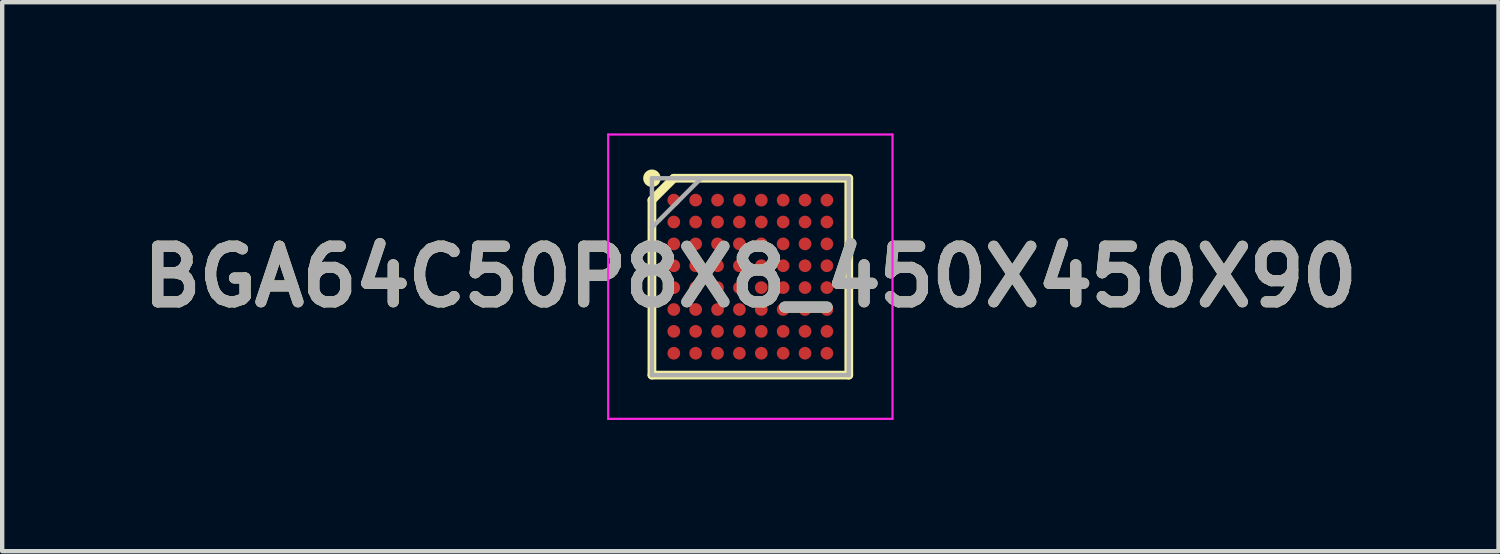
<source format=kicad_pcb>
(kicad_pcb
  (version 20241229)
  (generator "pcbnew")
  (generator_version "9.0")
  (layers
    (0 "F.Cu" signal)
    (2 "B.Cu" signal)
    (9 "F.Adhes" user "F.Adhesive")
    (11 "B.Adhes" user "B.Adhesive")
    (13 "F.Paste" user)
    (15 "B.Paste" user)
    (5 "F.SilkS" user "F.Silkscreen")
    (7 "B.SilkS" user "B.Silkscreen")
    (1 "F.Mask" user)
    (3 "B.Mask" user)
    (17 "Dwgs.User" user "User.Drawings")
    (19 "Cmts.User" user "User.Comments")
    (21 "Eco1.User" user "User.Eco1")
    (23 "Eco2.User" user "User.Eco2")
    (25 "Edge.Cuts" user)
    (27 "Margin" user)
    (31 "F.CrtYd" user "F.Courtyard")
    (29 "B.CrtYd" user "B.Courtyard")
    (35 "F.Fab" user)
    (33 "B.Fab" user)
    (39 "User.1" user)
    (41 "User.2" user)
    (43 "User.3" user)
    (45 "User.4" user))
  (footprint "BGA64C50P8X8_450X450X90"
    (layer "F.Cu")
    (at 14.103 3.275)
    (property "Reference" "BGA64C50P8X8_450X450X90" (at 0 0 0) (layer "F.SilkS") (effects (font (size 1.27 1.27) (thickness 0.254))))
    (attr smd)
    (fp_line (start -2.25 -1.75) (end -1.75 -2.25) (stroke (width 0.2) (type solid)) (layer "F.SilkS"))
    (fp_line (start -2.25 2.25) (end -2.25 -1.75) (stroke (width 0.2) (type solid)) (layer "F.SilkS"))
    (fp_line (start -1.75 -2.25) (end 2.25 -2.25) (stroke (width 0.2) (type solid)) (layer "F.SilkS"))
    (fp_line (start 2.25 -2.25) (end 2.25 2.25) (stroke (width 0.2) (type solid)) (layer "F.SilkS"))
    (fp_line (start 2.25 2.25) (end -2.25 2.25) (stroke (width 0.2) (type solid)) (layer "F.SilkS"))
    (fp_circle (center -2.25 -2.25) (end -2.25 -2.15) (stroke (width 0.2) (type solid)) (fill no) (layer "F.SilkS"))
    (fp_line (start -3.25 -3.25) (end 3.25 -3.25) (stroke (width 0.05) (type solid)) (layer "F.CrtYd"))
    (fp_line (start -3.25 3.25) (end -3.25 -3.25) (stroke (width 0.05) (type solid)) (layer "F.CrtYd"))
    (fp_line (start 3.25 -3.25) (end 3.25 3.25) (stroke (width 0.05) (type solid)) (layer "F.CrtYd"))
    (fp_line (start 3.25 3.25) (end -3.25 3.25) (stroke (width 0.05) (type solid)) (layer "F.CrtYd"))
    (fp_line (start -2.25 -2.25) (end 2.25 -2.25) (stroke (width 0.1) (type solid)) (layer "F.Fab"))
    (fp_line (start -2.25 -1.125) (end -1.125 -2.25) (stroke (width 0.1) (type solid)) (layer "F.Fab"))
    (fp_line (start -2.25 2.25) (end -2.25 -2.25) (stroke (width 0.1) (type solid)) (layer "F.Fab"))
    (fp_line (start 2.25 -2.25) (end 2.25 2.25) (stroke (width 0.1) (type solid)) (layer "F.Fab"))
    (fp_line (start 2.25 2.25) (end -2.25 2.25) (stroke (width 0.1) (type solid)) (layer "F.Fab"))
    (fp_text user "${REFERENCE}" (at 0 0 0) (layer "F.Fab") (effects (font (size 1.27 1.27) (thickness 0.254))))
    (pad "A1" smd circle (at -1.75 -1.75 90) (size 0.29 0.29) (layers "F.Cu" "F.Mask" "F.Paste"))
    (pad "A2" smd circle (at -1.25 -1.75 90) (size 0.29 0.29) (layers "F.Cu" "F.Mask" "F.Paste"))
    (pad "A3" smd circle (at -0.75 -1.75 90) (size 0.29 0.29) (layers "F.Cu" "F.Mask" "F.Paste"))
    (pad "A4" smd circle (at -0.25 -1.75 90) (size 0.29 0.29) (layers "F.Cu" "F.Mask" "F.Paste"))
    (pad "A5" smd circle (at 0.25 -1.75 90) (size 0.29 0.29) (layers "F.Cu" "F.Mask" "F.Paste"))
    (pad "A6" smd circle (at 0.75 -1.75 90) (size 0.29 0.29) (layers "F.Cu" "F.Mask" "F.Paste"))
    (pad "A7" smd circle (at 1.25 -1.75 90) (size 0.29 0.29) (layers "F.Cu" "F.Mask" "F.Paste"))
    (pad "A8" smd circle (at 1.75 -1.75 90) (size 0.29 0.29) (layers "F.Cu" "F.Mask" "F.Paste"))
    (pad "B1" smd circle (at -1.75 -1.25 90) (size 0.29 0.29) (layers "F.Cu" "F.Mask" "F.Paste"))
    (pad "B2" smd circle (at -1.25 -1.25 90) (size 0.29 0.29) (layers "F.Cu" "F.Mask" "F.Paste"))
    (pad "B3" smd circle (at -0.75 -1.25 90) (size 0.29 0.29) (layers "F.Cu" "F.Mask" "F.Paste"))
    (pad "B4" smd circle (at -0.25 -1.25 90) (size 0.29 0.29) (layers "F.Cu" "F.Mask" "F.Paste"))
    (pad "B5" smd circle (at 0.25 -1.25 90) (size 0.29 0.29) (layers "F.Cu" "F.Mask" "F.Paste"))
    (pad "B6" smd circle (at 0.75 -1.25 90) (size 0.29 0.29) (layers "F.Cu" "F.Mask" "F.Paste"))
    (pad "B7" smd circle (at 1.25 -1.25 90) (size 0.29 0.29) (layers "F.Cu" "F.Mask" "F.Paste"))
    (pad "B8" smd circle (at 1.75 -1.25 90) (size 0.29 0.29) (layers "F.Cu" "F.Mask" "F.Paste"))
    (pad "C1" smd circle (at -1.75 -0.75 90) (size 0.29 0.29) (layers "F.Cu" "F.Mask" "F.Paste"))
    (pad "C2" smd circle (at -1.25 -0.75 90) (size 0.29 0.29) (layers "F.Cu" "F.Mask" "F.Paste"))
    (pad "C3" smd circle (at -0.75 -0.75 90) (size 0.29 0.29) (layers "F.Cu" "F.Mask" "F.Paste"))
    (pad "C4" smd circle (at -0.25 -0.75 90) (size 0.29 0.29) (layers "F.Cu" "F.Mask" "F.Paste"))
    (pad "C5" smd circle (at 0.25 -0.75 90) (size 0.29 0.29) (layers "F.Cu" "F.Mask" "F.Paste"))
    (pad "C6" smd circle (at 0.75 -0.75 90) (size 0.29 0.29) (layers "F.Cu" "F.Mask" "F.Paste"))
    (pad "C7" smd circle (at 1.25 -0.75 90) (size 0.29 0.29) (layers "F.Cu" "F.Mask" "F.Paste"))
    (pad "C8" smd circle (at 1.75 -0.75 90) (size 0.29 0.29) (layers "F.Cu" "F.Mask" "F.Paste"))
    (pad "D1" smd circle (at -1.75 -0.25 90) (size 0.29 0.29) (layers "F.Cu" "F.Mask" "F.Paste"))
    (pad "D2" smd circle (at -1.25 -0.25 90) (size 0.29 0.29) (layers "F.Cu" "F.Mask" "F.Paste"))
    (pad "D3" smd circle (at -0.75 -0.25 90) (size 0.29 0.29) (layers "F.Cu" "F.Mask" "F.Paste"))
    (pad "D4" smd circle (at -0.25 -0.25 90) (size 0.29 0.29) (layers "F.Cu" "F.Mask" "F.Paste"))
    (pad "D5" smd circle (at 0.25 -0.25 90) (size 0.29 0.29) (layers "F.Cu" "F.Mask" "F.Paste"))
    (pad "D6" smd circle (at 0.75 -0.25 90) (size 0.29 0.29) (layers "F.Cu" "F.Mask" "F.Paste"))
    (pad "D7" smd circle (at 1.25 -0.25 90) (size 0.29 0.29) (layers "F.Cu" "F.Mask" "F.Paste"))
    (pad "D8" smd circle (at 1.75 -0.25 90) (size 0.29 0.29) (layers "F.Cu" "F.Mask" "F.Paste"))
    (pad "E1" smd circle (at -1.75 0.25 90) (size 0.29 0.29) (layers "F.Cu" "F.Mask" "F.Paste"))
    (pad "E2" smd circle (at -1.25 0.25 90) (size 0.29 0.29) (layers "F.Cu" "F.Mask" "F.Paste"))
    (pad "E3" smd circle (at -0.75 0.25 90) (size 0.29 0.29) (layers "F.Cu" "F.Mask" "F.Paste"))
    (pad "E4" smd circle (at -0.25 0.25 90) (size 0.29 0.29) (layers "F.Cu" "F.Mask" "F.Paste"))
    (pad "E5" smd circle (at 0.25 0.25 90) (size 0.29 0.29) (layers "F.Cu" "F.Mask" "F.Paste"))
    (pad "E6" smd circle (at 0.75 0.25 90) (size 0.29 0.29) (layers "F.Cu" "F.Mask" "F.Paste"))
    (pad "E7" smd circle (at 1.25 0.25 90) (size 0.29 0.29) (layers "F.Cu" "F.Mask" "F.Paste"))
    (pad "E8" smd circle (at 1.75 0.25 90) (size 0.29 0.29) (layers "F.Cu" "F.Mask" "F.Paste"))
    (pad "F1" smd circle (at -1.75 0.75 90) (size 0.29 0.29) (layers "F.Cu" "F.Mask" "F.Paste"))
    (pad "F2" smd circle (at -1.25 0.75 90) (size 0.29 0.29) (layers "F.Cu" "F.Mask" "F.Paste"))
    (pad "F3" smd circle (at -0.75 0.75 90) (size 0.29 0.29) (layers "F.Cu" "F.Mask" "F.Paste"))
    (pad "F4" smd circle (at -0.25 0.75 90) (size 0.29 0.29) (layers "F.Cu" "F.Mask" "F.Paste"))
    (pad "F5" smd circle (at 0.25 0.75 90) (size 0.29 0.29) (layers "F.Cu" "F.Mask" "F.Paste"))
    (pad "F6" smd circle (at 0.75 0.75 90) (size 0.29 0.29) (layers "F.Cu" "F.Mask" "F.Paste"))
    (pad "F7" smd circle (at 1.25 0.75 90) (size 0.29 0.29) (layers "F.Cu" "F.Mask" "F.Paste"))
    (pad "F8" smd circle (at 1.75 0.75 90) (size 0.29 0.29) (layers "F.Cu" "F.Mask" "F.Paste"))
    (pad "G1" smd circle (at -1.75 1.25 90) (size 0.29 0.29) (layers "F.Cu" "F.Mask" "F.Paste"))
    (pad "G2" smd circle (at -1.25 1.25 90) (size 0.29 0.29) (layers "F.Cu" "F.Mask" "F.Paste"))
    (pad "G3" smd circle (at -0.75 1.25 90) (size 0.29 0.29) (layers "F.Cu" "F.Mask" "F.Paste"))
    (pad "G4" smd circle (at -0.25 1.25 90) (size 0.29 0.29) (layers "F.Cu" "F.Mask" "F.Paste"))
    (pad "G5" smd circle (at 0.25 1.25 90) (size 0.29 0.29) (layers "F.Cu" "F.Mask" "F.Paste"))
    (pad "G6" smd circle (at 0.75 1.25 90) (size 0.29 0.29) (layers "F.Cu" "F.Mask" "F.Paste"))
    (pad "G7" smd circle (at 1.25 1.25 90) (size 0.29 0.29) (layers "F.Cu" "F.Mask" "F.Paste"))
    (pad "G8" smd circle (at 1.75 1.25 90) (size 0.29 0.29) (layers "F.Cu" "F.Mask" "F.Paste"))
    (pad "H1" smd circle (at -1.75 1.75 90) (size 0.29 0.29) (layers "F.Cu" "F.Mask" "F.Paste"))
    (pad "H2" smd circle (at -1.25 1.75 90) (size 0.29 0.29) (layers "F.Cu" "F.Mask" "F.Paste"))
    (pad "H3" smd circle (at -0.75 1.75 90) (size 0.29 0.29) (layers "F.Cu" "F.Mask" "F.Paste"))
    (pad "H4" smd circle (at -0.25 1.75 90) (size 0.29 0.29) (layers "F.Cu" "F.Mask" "F.Paste"))
    (pad "H5" smd circle (at 0.25 1.75 90) (size 0.29 0.29) (layers "F.Cu" "F.Mask" "F.Paste"))
    (pad "H6" smd circle (at 0.75 1.75 90) (size 0.29 0.29) (layers "F.Cu" "F.Mask" "F.Paste"))
    (pad "H7" smd circle (at 1.25 1.75 90) (size 0.29 0.29) (layers "F.Cu" "F.Mask" "F.Paste"))
    (pad "H8" smd circle (at 1.75 1.75 90) (size 0.29 0.29) (layers "F.Cu" "F.Mask" "F.Paste")))
  (gr_rect
    (start -3 -3)
    (end 31.206 9.55)
    (stroke (width 0.1) (type default))
    (fill no)
    (layer "Edge.Cuts")))
</source>
